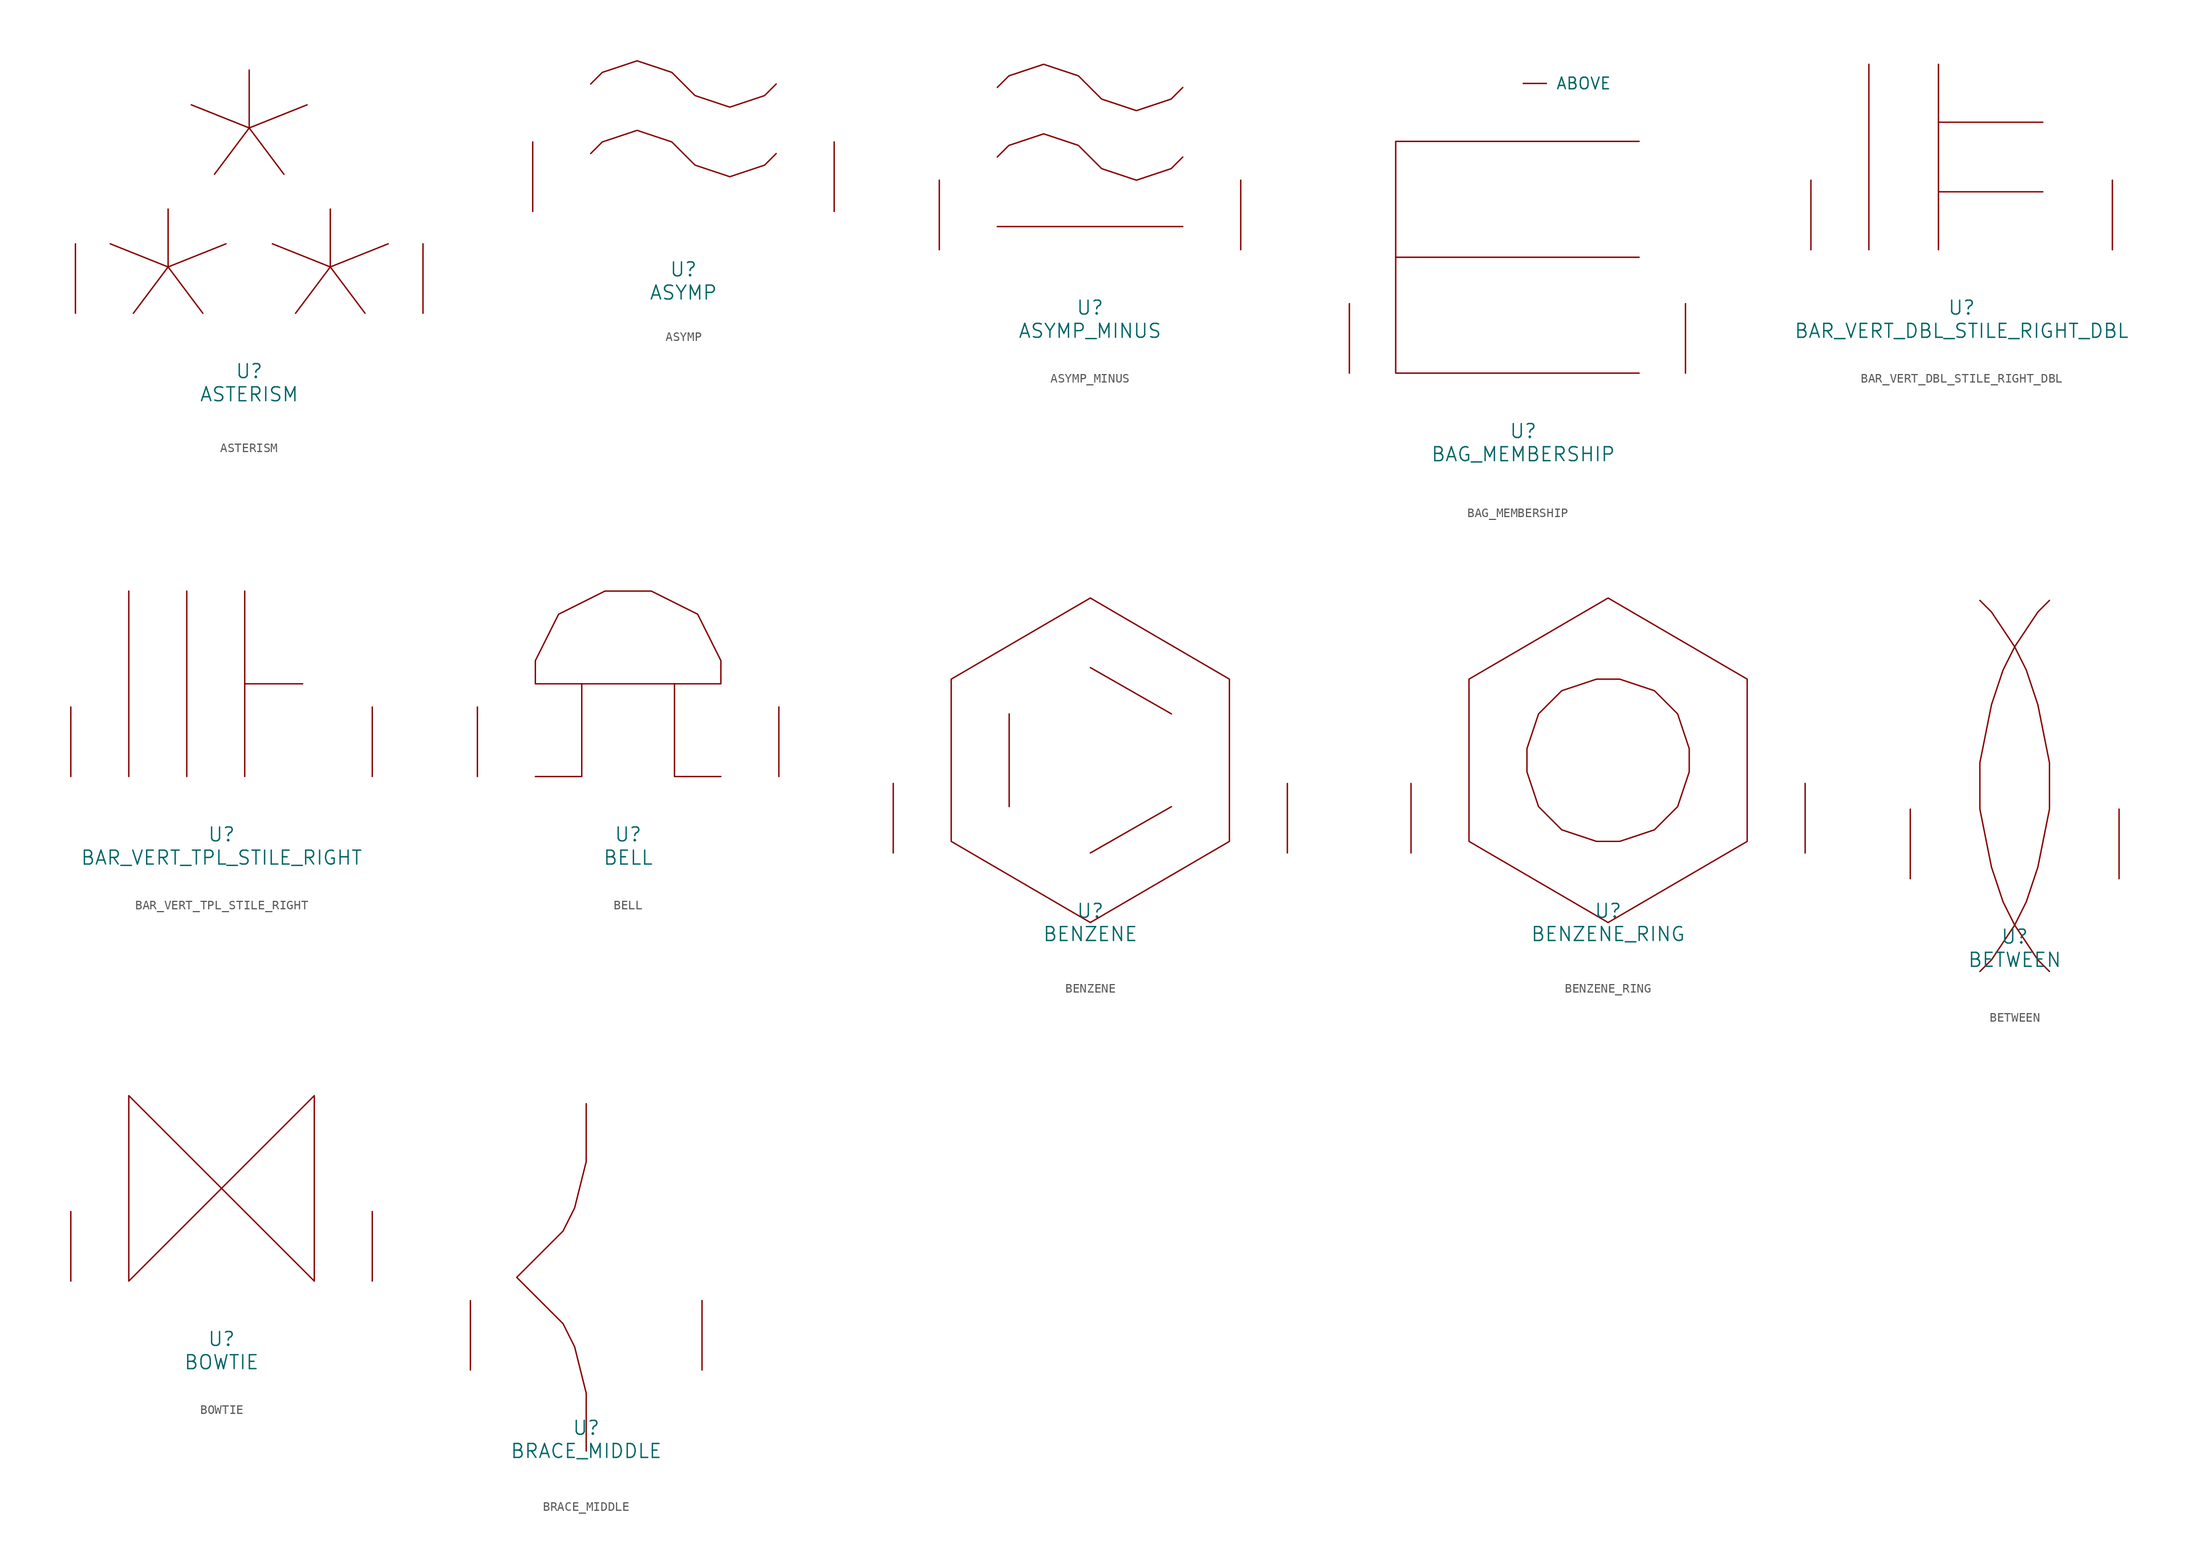
<source format=kicad_sym>
(kicad_symbol_lib
  (version 20220914)
  (generator font_lib2sym)
  (symbol "ASTERISM"
    (pin_names
      (offset 1.016))
    (property "Reference" "U"
      (at 0 -6.35 0)
      (effects (font (size 1.524 1.524))))
    (property "Value" "ASTERISM"
      (at 0 -8.89 0)
      (effects (font (size 1.524 1.524))))
    (symbol "ASTERISM_0_1"
      (polyline (pts (xy -8.89 11.43) (xy -8.89 5.08)) (stroke (width 0) (type solid)) (fill (type none)))
      (polyline (pts (xy 0 26.67) (xy 0 20.32)) (stroke (width 0) (type solid)) (fill (type none)))
      (polyline (pts (xy 8.89 11.43) (xy 8.89 5.08)) (stroke (width 0) (type solid)) (fill (type none)))
      (polyline (pts (xy -15.24 7.62) (xy -8.89 5.08) (xy -2.54 7.62)) (stroke (width 0) (type solid)) (fill (type none)))
      (polyline (pts (xy -12.7 0) (xy -8.89 5.08) (xy -5.08 0)) (stroke (width 0) (type solid)) (fill (type none)))
      (polyline (pts (xy -6.35 22.86) (xy 0 20.32) (xy 6.35 22.86)) (stroke (width 0) (type solid)) (fill (type none)))
      (polyline (pts (xy -3.81 15.24) (xy 0 20.32) (xy 3.81 15.24)) (stroke (width 0) (type solid)) (fill (type none)))
      (polyline (pts (xy 2.54 7.62) (xy 8.89 5.08) (xy 15.24 7.62)) (stroke (width 0) (type solid)) (fill (type none)))
      (polyline (pts (xy 5.08 0) (xy 8.89 5.08) (xy 12.7 0)) (stroke (width 0) (type solid)) (fill (type none)))
      (pin input line (at -19.05 0 90) (length 7.62) (name "~" (effects (font (size 1.27 1.27)))) (number "~" (effects (font (size 1.27 1.27)))))
      (pin input line (at 19.05 0 90) (length 7.62) (name "~" (effects (font (size 1.27 1.27)))) (number "~" (effects (font (size 1.27 1.27)))))))
  (symbol "ASYMP"
    (pin_names
      (offset 1.016))
    (property "Reference" "U"
      (at 0 -6.35 0)
      (effects (font (size 1.524 1.524))))
    (property "Value" "ASYMP"
      (at 0 -8.89 0)
      (effects (font (size 1.524 1.524))))
    (symbol "ASYMP_0_1"
      (polyline (pts (xy -10.16 6.35) (xy -8.89 7.62) (xy -5.08 8.89) (xy -1.27 7.62) (xy 1.27 5.08) (xy 5.08 3.81) (xy 8.89 5.08) (xy 10.16 6.35)) (stroke (width 0) (type solid)) (fill (type none)))
      (polyline (pts (xy -10.16 13.97) (xy -8.89 15.24) (xy -5.08 16.51) (xy -1.27 15.24) (xy 1.27 12.7) (xy 5.08 11.43) (xy 8.89 12.7) (xy 10.16 13.97)) (stroke (width 0) (type solid)) (fill (type none)))
      (pin input line (at -16.51 0 90) (length 7.62) (name "~" (effects (font (size 1.27 1.27)))) (number "~" (effects (font (size 1.27 1.27)))))
      (pin input line (at 16.51 0 90) (length 7.62) (name "~" (effects (font (size 1.27 1.27)))) (number "~" (effects (font (size 1.27 1.27)))))))
  (symbol "ASYMP_MINUS"
    (pin_names
      (offset 1.016))
    (property "Reference" "U"
      (at 0 -6.35 0)
      (effects (font (size 1.524 1.524))))
    (property "Value" "ASYMP_MINUS"
      (at 0 -8.89 0)
      (effects (font (size 1.524 1.524))))
    (symbol "ASYMP_MINUS_0_1"
      (polyline (pts (xy -10.16 2.54) (xy 10.16 2.54)) (stroke (width 0) (type solid)) (fill (type none)))
      (polyline (pts (xy -10.16 10.16) (xy -8.89 11.43) (xy -5.08 12.7) (xy -1.27 11.43) (xy 1.27 8.89) (xy 5.08 7.62) (xy 8.89 8.89) (xy 10.16 10.16)) (stroke (width 0) (type solid)) (fill (type none)))
      (polyline (pts (xy -10.16 17.78) (xy -8.89 19.05) (xy -5.08 20.32) (xy -1.27 19.05) (xy 1.27 16.51) (xy 5.08 15.24) (xy 8.89 16.51) (xy 10.16 17.78)) (stroke (width 0) (type solid)) (fill (type none)))
      (pin input line (at -16.51 0 90) (length 7.62) (name "~" (effects (font (size 1.27 1.27)))) (number "~" (effects (font (size 1.27 1.27)))))
      (pin input line (at 16.51 0 90) (length 7.62) (name "~" (effects (font (size 1.27 1.27)))) (number "~" (effects (font (size 1.27 1.27)))))))
  (symbol "BAG_MEMBERSHIP"
    (pin_names
      (offset 1.016))
    (property "Reference" "U"
      (at 0 -6.35 0)
      (effects (font (size 1.524 1.524))))
    (property "Value" "BAG_MEMBERSHIP"
      (at 0 -8.89 0)
      (effects (font (size 1.524 1.524))))
    (symbol "BAG_MEMBERSHIP_0_1"
      (polyline (pts (xy -13.97 12.7) (xy 12.7 12.7)) (stroke (width 0) (type solid)) (fill (type none)))
      (polyline (pts (xy 12.7 25.4) (xy -13.97 25.4) (xy -13.97 0) (xy 12.7 0)) (stroke (width 0) (type solid)) (fill (type none)))
      (pin input line (at 0 31.75 0) (length 2.54) (name "ABOVE" (effects (font (size 1.27 1.27)))) (number "~" (effects (font (size 1.27 1.27)))))
      (pin input line (at -19.05 0 90) (length 7.62) (name "~" (effects (font (size 1.27 1.27)))) (number "~" (effects (font (size 1.27 1.27)))))
      (pin input line (at 17.78 0 90) (length 7.62) (name "~" (effects (font (size 1.27 1.27)))) (number "~" (effects (font (size 1.27 1.27)))))))
  (symbol "BAR_VERT_DBL_STILE_RIGHT_DBL"
    (pin_names
      (offset 1.016))
    (property "Reference" "U"
      (at 0 -6.35 0)
      (effects (font (size 1.524 1.524))))
    (property "Value" "BAR_VERT_DBL_STILE_RIGHT_DBL"
      (at 0 -8.89 0)
      (effects (font (size 1.524 1.524))))
    (symbol "BAR_VERT_DBL_STILE_RIGHT_DBL_0_1"
      (polyline (pts (xy -10.16 20.32) (xy -10.16 0)) (stroke (width 0) (type solid)) (fill (type none)))
      (polyline (pts (xy -2.54 6.35) (xy 8.89 6.35)) (stroke (width 0) (type solid)) (fill (type none)))
      (polyline (pts (xy -2.54 13.97) (xy 8.89 13.97)) (stroke (width 0) (type solid)) (fill (type none)))
      (polyline (pts (xy -2.54 20.32) (xy -2.54 0)) (stroke (width 0) (type solid)) (fill (type none)))
      (pin input line (at -16.51 0 90) (length 7.62) (name "~" (effects (font (size 1.27 1.27)))) (number "~" (effects (font (size 1.27 1.27)))))
      (pin input line (at 16.51 0 90) (length 7.62) (name "~" (effects (font (size 1.27 1.27)))) (number "~" (effects (font (size 1.27 1.27)))))))
  (symbol "BAR_VERT_TPL_STILE_RIGHT"
    (pin_names
      (offset 1.016))
    (property "Reference" "U"
      (at 0 -6.35 0)
      (effects (font (size 1.524 1.524))))
    (property "Value" "BAR_VERT_TPL_STILE_RIGHT"
      (at 0 -8.89 0)
      (effects (font (size 1.524 1.524))))
    (symbol "BAR_VERT_TPL_STILE_RIGHT_0_1"
      (polyline (pts (xy -10.16 20.32) (xy -10.16 0)) (stroke (width 0) (type solid)) (fill (type none)))
      (polyline (pts (xy -3.81 20.32) (xy -3.81 0)) (stroke (width 0) (type solid)) (fill (type none)))
      (polyline (pts (xy 2.54 20.32) (xy 2.54 0)) (stroke (width 0) (type solid)) (fill (type none)))
      (polyline (pts (xy 8.89 10.16) (xy 2.54 10.16)) (stroke (width 0) (type solid)) (fill (type none)))
      (pin input line (at -16.51 0 90) (length 7.62) (name "~" (effects (font (size 1.27 1.27)))) (number "~" (effects (font (size 1.27 1.27)))))
      (pin input line (at 16.51 0 90) (length 7.62) (name "~" (effects (font (size 1.27 1.27)))) (number "~" (effects (font (size 1.27 1.27)))))))
  (symbol "BELL"
    (pin_names
      (offset 1.016))
    (property "Reference" "U"
      (at 0 -6.35 0)
      (effects (font (size 1.524 1.524))))
    (property "Value" "BELL"
      (at 0 -8.89 0)
      (effects (font (size 1.524 1.524))))
    (symbol "BELL_0_1"
      (polyline (pts (xy -5.08 10.16) (xy -5.08 0) (xy -10.16 0)) (stroke (width 0) (type solid)) (fill (type none)))
      (polyline (pts (xy 5.08 10.16) (xy 5.08 0) (xy 10.16 0)) (stroke (width 0) (type solid)) (fill (type none)))
      (polyline (pts (xy -10.16 10.16) (xy -10.16 12.7) (xy -7.62 17.78) (xy -2.54 20.32) (xy 2.54 20.32) (xy 7.62 17.78) (xy 10.16 12.7) (xy 10.16 10.16) (xy -10.16 10.16)) (stroke (width 0) (type solid)) (fill (type none)))
      (pin input line (at -16.51 0 90) (length 7.62) (name "~" (effects (font (size 1.27 1.27)))) (number "~" (effects (font (size 1.27 1.27)))))
      (pin input line (at 16.51 0 90) (length 7.62) (name "~" (effects (font (size 1.27 1.27)))) (number "~" (effects (font (size 1.27 1.27)))))))
  (symbol "BENZENE"
    (pin_names
      (offset 1.016))
    (property "Reference" "U"
      (at 0 -6.35 0)
      (effects (font (size 1.524 1.524))))
    (property "Value" "BENZENE"
      (at 0 -8.89 0)
      (effects (font (size 1.524 1.524))))
    (symbol "BENZENE_0_1"
      (polyline (pts (xy -8.89 15.24) (xy -8.89 5.08)) (stroke (width 0) (type solid)) (fill (type none)))
      (polyline (pts (xy 0 0) (xy 8.89 5.08)) (stroke (width 0) (type solid)) (fill (type none)))
      (polyline (pts (xy 0 20.32) (xy 8.89 15.24)) (stroke (width 0) (type solid)) (fill (type none)))
      (polyline (pts (xy 0 27.94) (xy 15.24 19.05) (xy 15.24 1.27) (xy 0 -7.62) (xy -15.24 1.27) (xy -15.24 19.05) (xy 0 27.94)) (stroke (width 0) (type solid)) (fill (type none)))
      (pin input line (at -21.59 0 90) (length 7.62) (name "~" (effects (font (size 1.27 1.27)))) (number "~" (effects (font (size 1.27 1.27)))))
      (pin input line (at 21.59 0 90) (length 7.62) (name "~" (effects (font (size 1.27 1.27)))) (number "~" (effects (font (size 1.27 1.27)))))))
  (symbol "BENZENE_RING"
    (pin_names
      (offset 1.016))
    (property "Reference" "U"
      (at 0 -6.35 0)
      (effects (font (size 1.524 1.524))))
    (property "Value" "BENZENE_RING"
      (at 0 -8.89 0)
      (effects (font (size 1.524 1.524))))
    (symbol "BENZENE_RING_0_1"
      (polyline (pts (xy 0 27.94) (xy 15.24 19.05) (xy 15.24 1.27) (xy 0 -7.62) (xy -15.24 1.27) (xy -15.24 19.05) (xy 0 27.94)) (stroke (width 0) (type solid)) (fill (type none)))
      (polyline (pts (xy -1.27 19.05) (xy 1.27 19.05) (xy 5.08 17.78) (xy 7.62 15.24) (xy 8.89 11.43) (xy 8.89 8.89) (xy 7.62 5.08) (xy 5.08 2.54) (xy 1.27 1.27) (xy -1.27 1.27) (xy -5.08 2.54) (xy -7.62 5.08) (xy -8.89 8.89) (xy -8.89 11.43) (xy -7.62 15.24) (xy -5.08 17.78) (xy -1.27 19.05)) (stroke (width 0) (type solid)) (fill (type none)))
      (pin input line (at -21.59 0 90) (length 7.62) (name "~" (effects (font (size 1.27 1.27)))) (number "~" (effects (font (size 1.27 1.27)))))
      (pin input line (at 21.59 0 90) (length 7.62) (name "~" (effects (font (size 1.27 1.27)))) (number "~" (effects (font (size 1.27 1.27)))))))
  (symbol "BETWEEN"
    (pin_names
      (offset 1.016))
    (property "Reference" "U"
      (at 0 -6.35 0)
      (effects (font (size 1.524 1.524))))
    (property "Value" "BETWEEN"
      (at 0 -8.89 0)
      (effects (font (size 1.524 1.524))))
    (symbol "BETWEEN_0_1"
      (polyline (pts (xy -3.81 30.48) (xy -2.54 29.21) (xy 0 25.4) (xy 1.27 22.86) (xy 2.54 19.05) (xy 3.81 12.7) (xy 3.81 7.62) (xy 2.54 1.27) (xy 1.27 -2.54) (xy 0 -5.08) (xy -2.54 -8.89) (xy -3.81 -10.16)) (stroke (width 0) (type solid)) (fill (type none)))
      (polyline (pts (xy 3.81 -10.16) (xy 2.54 -8.89) (xy 0 -5.08) (xy -1.27 -2.54) (xy -2.54 1.27) (xy -3.81 7.62) (xy -3.81 12.7) (xy -2.54 19.05) (xy -1.27 22.86) (xy 0 25.4) (xy 2.54 29.21) (xy 3.81 30.48)) (stroke (width 0) (type solid)) (fill (type none)))
      (pin input line (at -11.43 0 90) (length 7.62) (name "~" (effects (font (size 1.27 1.27)))) (number "~" (effects (font (size 1.27 1.27)))))
      (pin input line (at 11.43 0 90) (length 7.62) (name "~" (effects (font (size 1.27 1.27)))) (number "~" (effects (font (size 1.27 1.27)))))))
  (symbol "BOWTIE"
    (pin_names
      (offset 1.016))
    (property "Reference" "U"
      (at 0 -6.35 0)
      (effects (font (size 1.524 1.524))))
    (property "Value" "BOWTIE"
      (at 0 -8.89 0)
      (effects (font (size 1.524 1.524))))
    (symbol "BOWTIE_0_1"
      (polyline (pts (xy -10.16 20.32) (xy 10.16 0) (xy 10.16 20.32) (xy -10.16 0) (xy -10.16 20.32)) (stroke (width 0) (type solid)) (fill (type none)))
      (pin input line (at -16.51 0 90) (length 7.62) (name "~" (effects (font (size 1.27 1.27)))) (number "~" (effects (font (size 1.27 1.27)))))
      (pin input line (at 16.51 0 90) (length 7.62) (name "~" (effects (font (size 1.27 1.27)))) (number "~" (effects (font (size 1.27 1.27)))))))
  (symbol "BRACE_MIDDLE"
    (pin_names
      (offset 1.016))
    (property "Reference" "U"
      (at 0 -6.35 0)
      (effects (font (size 1.524 1.524))))
    (property "Value" "BRACE_MIDDLE"
      (at 0 -8.89 0)
      (effects (font (size 1.524 1.524))))
    (symbol "BRACE_MIDDLE_0_1"
      (polyline (pts (xy 0 29.21) (xy 0 22.86) (xy -1.27 17.78) (xy -2.54 15.24) (xy -7.62 10.16) (xy -2.54 5.08) (xy -1.27 2.54) (xy 0 -2.54) (xy 0 -8.89)) (stroke (width 0) (type solid)) (fill (type none)))
      (pin input line (at -12.7 0 90) (length 7.62) (name "~" (effects (font (size 1.27 1.27)))) (number "~" (effects (font (size 1.27 1.27)))))
      (pin input line (at 12.7 0 90) (length 7.62) (name "~" (effects (font (size 1.27 1.27)))) (number "~" (effects (font (size 1.27 1.27))))))))
</source>
